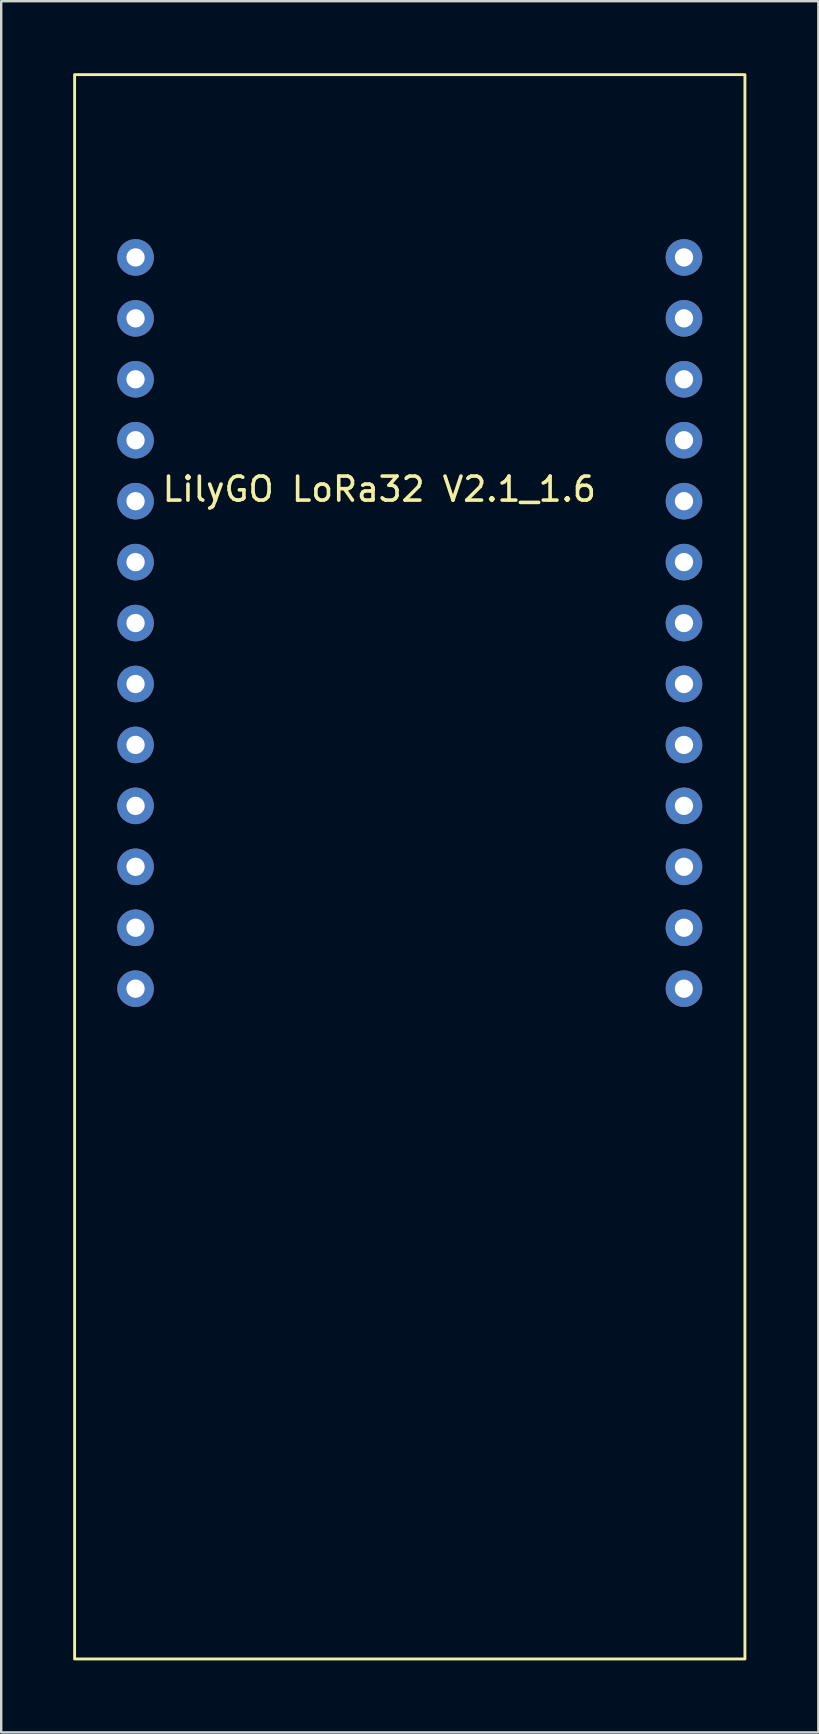
<source format=kicad_pcb>
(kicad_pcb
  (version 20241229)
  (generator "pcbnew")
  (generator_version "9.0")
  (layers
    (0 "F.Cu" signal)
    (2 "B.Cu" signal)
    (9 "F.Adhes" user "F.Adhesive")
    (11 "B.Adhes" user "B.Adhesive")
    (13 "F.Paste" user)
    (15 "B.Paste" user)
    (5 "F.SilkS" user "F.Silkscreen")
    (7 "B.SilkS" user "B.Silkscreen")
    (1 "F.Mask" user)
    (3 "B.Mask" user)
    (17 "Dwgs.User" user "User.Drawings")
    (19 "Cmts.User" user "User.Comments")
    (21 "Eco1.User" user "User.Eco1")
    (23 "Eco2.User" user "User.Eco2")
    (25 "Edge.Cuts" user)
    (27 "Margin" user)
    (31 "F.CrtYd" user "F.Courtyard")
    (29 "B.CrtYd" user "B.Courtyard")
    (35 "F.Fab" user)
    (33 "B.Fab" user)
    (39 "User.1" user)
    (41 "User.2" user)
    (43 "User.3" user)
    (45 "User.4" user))
  (footprint "LilyGO LoRa32 V2.1_1.6"
    (layer "F.Cu")
    (at 12.76 17.84)
    (property "Reference" "LilyGO LoRa32 V2.1_1.6" (at 0 -0.5 0) (unlocked yes) (layer "F.SilkS") (effects (font (size 1 1) (thickness 0.15))))
    (attr through_hole)
    (fp_rect (start -12.7 -17.78) (end 15.24 48.26) (stroke (width 0.12) (type default)) (fill no) (layer "F.SilkS"))
    (pad "1" thru_hole circle (at -10.16 -10.16) (size 1.524 1.524) (drill 0.762) (layers "*.Cu" "*.Mask"))
    (pad "2" thru_hole circle (at -10.16 -7.62) (size 1.524 1.524) (drill 0.762) (layers "*.Cu" "*.Mask"))
    (pad "3" thru_hole circle (at -10.16 -5.08) (size 1.524 1.524) (drill 0.762) (layers "*.Cu" "*.Mask"))
    (pad "4" thru_hole circle (at -10.16 -2.54) (size 1.524 1.524) (drill 0.762) (layers "*.Cu" "*.Mask"))
    (pad "5" thru_hole circle (at -10.16 0) (size 1.524 1.524) (drill 0.762) (layers "*.Cu" "*.Mask"))
    (pad "6" thru_hole circle (at -10.16 2.54) (size 1.524 1.524) (drill 0.762) (layers "*.Cu" "*.Mask"))
    (pad "7" thru_hole circle (at -10.16 5.08) (size 1.524 1.524) (drill 0.762) (layers "*.Cu" "*.Mask"))
    (pad "8" thru_hole circle (at -10.16 7.62) (size 1.524 1.524) (drill 0.762) (layers "*.Cu" "*.Mask"))
    (pad "9" thru_hole circle (at -10.16 10.16) (size 1.524 1.524) (drill 0.762) (layers "*.Cu" "*.Mask"))
    (pad "10" thru_hole circle (at -10.16 12.7) (size 1.524 1.524) (drill 0.762) (layers "*.Cu" "*.Mask"))
    (pad "11" thru_hole circle (at -10.16 15.24) (size 1.524 1.524) (drill 0.762) (layers "*.Cu" "*.Mask"))
    (pad "12" thru_hole circle (at -10.16 17.78) (size 1.524 1.524) (drill 0.762) (layers "*.Cu" "*.Mask"))
    (pad "13" thru_hole circle (at -10.16 20.32) (size 1.524 1.524) (drill 0.762) (layers "*.Cu" "*.Mask"))
    (pad "14" thru_hole circle (at 12.7 20.32) (size 1.524 1.524) (drill 0.762) (layers "*.Cu" "*.Mask"))
    (pad "15" thru_hole circle (at 12.7 17.78) (size 1.524 1.524) (drill 0.762) (layers "*.Cu" "*.Mask"))
    (pad "16" thru_hole circle (at 12.7 15.24) (size 1.524 1.524) (drill 0.762) (layers "*.Cu" "*.Mask"))
    (pad "17" thru_hole circle (at 12.7 12.7) (size 1.524 1.524) (drill 0.762) (layers "*.Cu" "*.Mask"))
    (pad "18" thru_hole circle (at 12.7 10.16) (size 1.524 1.524) (drill 0.762) (layers "*.Cu" "*.Mask"))
    (pad "19" thru_hole circle (at 12.7 7.62) (size 1.524 1.524) (drill 0.762) (layers "*.Cu" "*.Mask"))
    (pad "20" thru_hole circle (at 12.7 5.08) (size 1.524 1.524) (drill 0.762) (layers "*.Cu" "*.Mask"))
    (pad "21" thru_hole circle (at 12.7 2.54) (size 1.524 1.524) (drill 0.762) (layers "*.Cu" "*.Mask"))
    (pad "22" thru_hole circle (at 12.7 0) (size 1.524 1.524) (drill 0.762) (layers "*.Cu" "*.Mask"))
    (pad "23" thru_hole circle (at 12.7 -2.54) (size 1.524 1.524) (drill 0.762) (layers "*.Cu" "*.Mask"))
    (pad "24" thru_hole circle (at 12.7 -5.08) (size 1.524 1.524) (drill 0.762) (layers "*.Cu" "*.Mask"))
    (pad "25" thru_hole circle (at 12.7 -7.62) (size 1.524 1.524) (drill 0.762) (layers "*.Cu" "*.Mask"))
    (pad "26" thru_hole circle (at 12.7 -10.16) (size 1.524 1.524) (drill 0.762) (layers "*.Cu" "*.Mask")))
  (gr_rect
    (start -3 -3)
    (end 31.06 69.16)
    (stroke (width 0.1) (type default))
    (fill no)
    (layer "Edge.Cuts")))
</source>
